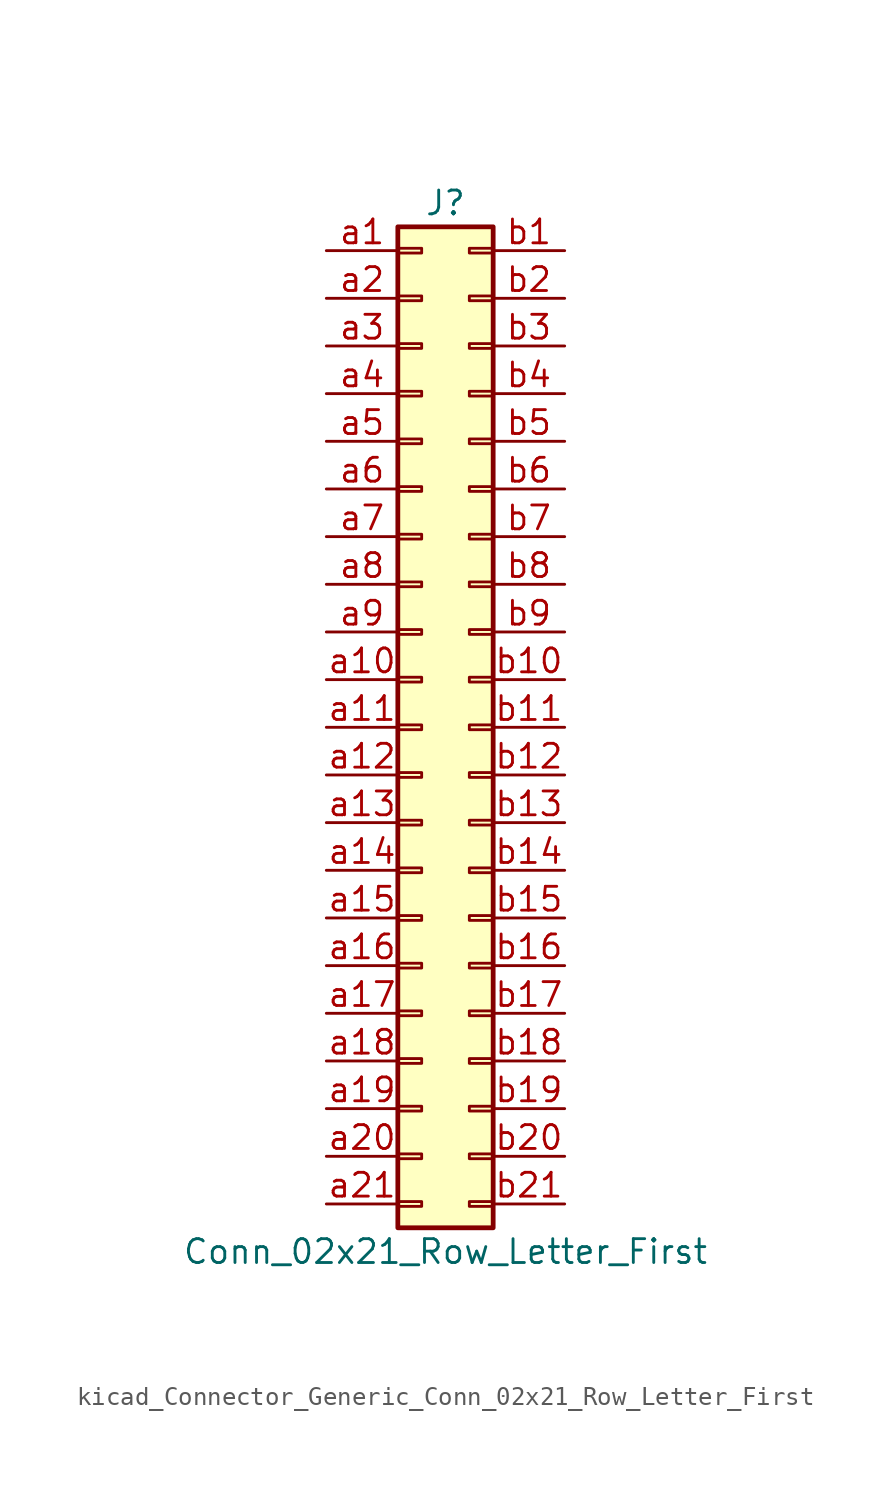
<source format=kicad_sym>
(kicad_symbol_lib
  (version 20220914)
  (generator kicad_symbol_editor)
  (symbol "kicad_Connector_Generic_Conn_02x21_Row_Letter_First"
    (pin_names
      (offset 1.016) hide)
    (property "Reference" "J"
      (at 1.27 27.94 0)
      (effects (font (size 1.27 1.27))))
    (property "Value" "Conn_02x21_Row_Letter_First"
      (at 1.27 -27.94 0)
      (effects (font (size 1.27 1.27))))
    (symbol "kicad_Connector_Generic_Conn_02x21_Row_Letter_First_1_1"
      (rectangle (start -1.27 -25.273) (end 0 -25.527) (stroke (width 0.152) (type default)) (fill (type none)))
      (rectangle (start -1.27 -22.733) (end 0 -22.987) (stroke (width 0.152) (type default)) (fill (type none)))
      (rectangle (start -1.27 -20.193) (end 0 -20.447) (stroke (width 0.152) (type default)) (fill (type none)))
      (rectangle (start -1.27 -17.653) (end 0 -17.907) (stroke (width 0.152) (type default)) (fill (type none)))
      (rectangle (start -1.27 -15.113) (end 0 -15.367) (stroke (width 0.152) (type default)) (fill (type none)))
      (rectangle (start -1.27 -12.573) (end 0 -12.827) (stroke (width 0.152) (type default)) (fill (type none)))
      (rectangle (start -1.27 -10.033) (end 0 -10.287) (stroke (width 0.152) (type default)) (fill (type none)))
      (rectangle (start -1.27 -7.493) (end 0 -7.747) (stroke (width 0.152) (type default)) (fill (type none)))
      (rectangle (start -1.27 -4.953) (end 0 -5.207) (stroke (width 0.152) (type default)) (fill (type none)))
      (rectangle (start -1.27 -2.413) (end 0 -2.667) (stroke (width 0.152) (type default)) (fill (type none)))
      (rectangle (start -1.27 0.127) (end 0 -0.127) (stroke (width 0.152) (type default)) (fill (type none)))
      (rectangle (start -1.27 2.667) (end 0 2.413) (stroke (width 0.152) (type default)) (fill (type none)))
      (rectangle (start -1.27 5.207) (end 0 4.953) (stroke (width 0.152) (type default)) (fill (type none)))
      (rectangle (start -1.27 7.747) (end 0 7.493) (stroke (width 0.152) (type default)) (fill (type none)))
      (rectangle (start -1.27 10.287) (end 0 10.033) (stroke (width 0.152) (type default)) (fill (type none)))
      (rectangle (start -1.27 12.827) (end 0 12.573) (stroke (width 0.152) (type default)) (fill (type none)))
      (rectangle (start -1.27 15.367) (end 0 15.113) (stroke (width 0.152) (type default)) (fill (type none)))
      (rectangle (start -1.27 17.907) (end 0 17.653) (stroke (width 0.152) (type default)) (fill (type none)))
      (rectangle (start -1.27 20.447) (end 0 20.193) (stroke (width 0.152) (type default)) (fill (type none)))
      (rectangle (start -1.27 22.987) (end 0 22.733) (stroke (width 0.152) (type default)) (fill (type none)))
      (rectangle (start -1.27 25.527) (end 0 25.273) (stroke (width 0.152) (type default)) (fill (type none)))
      (rectangle (start -1.27 26.67) (end 3.81 -26.67) (stroke (width 0.254) (type default)) (fill (type background)))
      (rectangle (start 3.81 -25.273) (end 2.54 -25.527) (stroke (width 0.152) (type default)) (fill (type none)))
      (rectangle (start 3.81 -22.733) (end 2.54 -22.987) (stroke (width 0.152) (type default)) (fill (type none)))
      (rectangle (start 3.81 -20.193) (end 2.54 -20.447) (stroke (width 0.152) (type default)) (fill (type none)))
      (rectangle (start 3.81 -17.653) (end 2.54 -17.907) (stroke (width 0.152) (type default)) (fill (type none)))
      (rectangle (start 3.81 -15.113) (end 2.54 -15.367) (stroke (width 0.152) (type default)) (fill (type none)))
      (rectangle (start 3.81 -12.573) (end 2.54 -12.827) (stroke (width 0.152) (type default)) (fill (type none)))
      (rectangle (start 3.81 -10.033) (end 2.54 -10.287) (stroke (width 0.152) (type default)) (fill (type none)))
      (rectangle (start 3.81 -7.493) (end 2.54 -7.747) (stroke (width 0.152) (type default)) (fill (type none)))
      (rectangle (start 3.81 -4.953) (end 2.54 -5.207) (stroke (width 0.152) (type default)) (fill (type none)))
      (rectangle (start 3.81 -2.413) (end 2.54 -2.667) (stroke (width 0.152) (type default)) (fill (type none)))
      (rectangle (start 3.81 0.127) (end 2.54 -0.127) (stroke (width 0.152) (type default)) (fill (type none)))
      (rectangle (start 3.81 2.667) (end 2.54 2.413) (stroke (width 0.152) (type default)) (fill (type none)))
      (rectangle (start 3.81 5.207) (end 2.54 4.953) (stroke (width 0.152) (type default)) (fill (type none)))
      (rectangle (start 3.81 7.747) (end 2.54 7.493) (stroke (width 0.152) (type default)) (fill (type none)))
      (rectangle (start 3.81 10.287) (end 2.54 10.033) (stroke (width 0.152) (type default)) (fill (type none)))
      (rectangle (start 3.81 12.827) (end 2.54 12.573) (stroke (width 0.152) (type default)) (fill (type none)))
      (rectangle (start 3.81 15.367) (end 2.54 15.113) (stroke (width 0.152) (type default)) (fill (type none)))
      (rectangle (start 3.81 17.907) (end 2.54 17.653) (stroke (width 0.152) (type default)) (fill (type none)))
      (rectangle (start 3.81 20.447) (end 2.54 20.193) (stroke (width 0.152) (type default)) (fill (type none)))
      (rectangle (start 3.81 22.987) (end 2.54 22.733) (stroke (width 0.152) (type default)) (fill (type none)))
      (rectangle (start 3.81 25.527) (end 2.54 25.273) (stroke (width 0.152) (type default)) (fill (type none)))
      (pin passive line (at -5.08 25.4 0) (length 3.81) (name "Pin_a1" (effects (font (size 1.27 1.27)))) (number "a1" (effects (font (size 1.27 1.27)))))
      (pin passive line (at -5.08 2.54 0) (length 3.81) (name "Pin_a10" (effects (font (size 1.27 1.27)))) (number "a10" (effects (font (size 1.27 1.27)))))
      (pin passive line (at -5.08 0 0) (length 3.81) (name "Pin_a11" (effects (font (size 1.27 1.27)))) (number "a11" (effects (font (size 1.27 1.27)))))
      (pin passive line (at -5.08 -2.54 0) (length 3.81) (name "Pin_a12" (effects (font (size 1.27 1.27)))) (number "a12" (effects (font (size 1.27 1.27)))))
      (pin passive line (at -5.08 -5.08 0) (length 3.81) (name "Pin_a13" (effects (font (size 1.27 1.27)))) (number "a13" (effects (font (size 1.27 1.27)))))
      (pin passive line (at -5.08 -7.62 0) (length 3.81) (name "Pin_a14" (effects (font (size 1.27 1.27)))) (number "a14" (effects (font (size 1.27 1.27)))))
      (pin passive line (at -5.08 -10.16 0) (length 3.81) (name "Pin_a15" (effects (font (size 1.27 1.27)))) (number "a15" (effects (font (size 1.27 1.27)))))
      (pin passive line (at -5.08 -12.7 0) (length 3.81) (name "Pin_a16" (effects (font (size 1.27 1.27)))) (number "a16" (effects (font (size 1.27 1.27)))))
      (pin passive line (at -5.08 -15.24 0) (length 3.81) (name "Pin_a17" (effects (font (size 1.27 1.27)))) (number "a17" (effects (font (size 1.27 1.27)))))
      (pin passive line (at -5.08 -17.78 0) (length 3.81) (name "Pin_a18" (effects (font (size 1.27 1.27)))) (number "a18" (effects (font (size 1.27 1.27)))))
      (pin passive line (at -5.08 -20.32 0) (length 3.81) (name "Pin_a19" (effects (font (size 1.27 1.27)))) (number "a19" (effects (font (size 1.27 1.27)))))
      (pin passive line (at -5.08 22.86 0) (length 3.81) (name "Pin_a2" (effects (font (size 1.27 1.27)))) (number "a2" (effects (font (size 1.27 1.27)))))
      (pin passive line (at -5.08 -22.86 0) (length 3.81) (name "Pin_a20" (effects (font (size 1.27 1.27)))) (number "a20" (effects (font (size 1.27 1.27)))))
      (pin passive line (at -5.08 -25.4 0) (length 3.81) (name "Pin_a21" (effects (font (size 1.27 1.27)))) (number "a21" (effects (font (size 1.27 1.27)))))
      (pin passive line (at -5.08 20.32 0) (length 3.81) (name "Pin_a3" (effects (font (size 1.27 1.27)))) (number "a3" (effects (font (size 1.27 1.27)))))
      (pin passive line (at -5.08 17.78 0) (length 3.81) (name "Pin_a4" (effects (font (size 1.27 1.27)))) (number "a4" (effects (font (size 1.27 1.27)))))
      (pin passive line (at -5.08 15.24 0) (length 3.81) (name "Pin_a5" (effects (font (size 1.27 1.27)))) (number "a5" (effects (font (size 1.27 1.27)))))
      (pin passive line (at -5.08 12.7 0) (length 3.81) (name "Pin_a6" (effects (font (size 1.27 1.27)))) (number "a6" (effects (font (size 1.27 1.27)))))
      (pin passive line (at -5.08 10.16 0) (length 3.81) (name "Pin_a7" (effects (font (size 1.27 1.27)))) (number "a7" (effects (font (size 1.27 1.27)))))
      (pin passive line (at -5.08 7.62 0) (length 3.81) (name "Pin_a8" (effects (font (size 1.27 1.27)))) (number "a8" (effects (font (size 1.27 1.27)))))
      (pin passive line (at -5.08 5.08 0) (length 3.81) (name "Pin_a9" (effects (font (size 1.27 1.27)))) (number "a9" (effects (font (size 1.27 1.27)))))
      (pin passive line (at 7.62 25.4 180) (length 3.81) (name "Pin_b1" (effects (font (size 1.27 1.27)))) (number "b1" (effects (font (size 1.27 1.27)))))
      (pin passive line (at 7.62 2.54 180) (length 3.81) (name "Pin_b10" (effects (font (size 1.27 1.27)))) (number "b10" (effects (font (size 1.27 1.27)))))
      (pin passive line (at 7.62 0 180) (length 3.81) (name "Pin_b11" (effects (font (size 1.27 1.27)))) (number "b11" (effects (font (size 1.27 1.27)))))
      (pin passive line (at 7.62 -2.54 180) (length 3.81) (name "Pin_b12" (effects (font (size 1.27 1.27)))) (number "b12" (effects (font (size 1.27 1.27)))))
      (pin passive line (at 7.62 -5.08 180) (length 3.81) (name "Pin_b13" (effects (font (size 1.27 1.27)))) (number "b13" (effects (font (size 1.27 1.27)))))
      (pin passive line (at 7.62 -7.62 180) (length 3.81) (name "Pin_b14" (effects (font (size 1.27 1.27)))) (number "b14" (effects (font (size 1.27 1.27)))))
      (pin passive line (at 7.62 -10.16 180) (length 3.81) (name "Pin_b15" (effects (font (size 1.27 1.27)))) (number "b15" (effects (font (size 1.27 1.27)))))
      (pin passive line (at 7.62 -12.7 180) (length 3.81) (name "Pin_b16" (effects (font (size 1.27 1.27)))) (number "b16" (effects (font (size 1.27 1.27)))))
      (pin passive line (at 7.62 -15.24 180) (length 3.81) (name "Pin_b17" (effects (font (size 1.27 1.27)))) (number "b17" (effects (font (size 1.27 1.27)))))
      (pin passive line (at 7.62 -17.78 180) (length 3.81) (name "Pin_b18" (effects (font (size 1.27 1.27)))) (number "b18" (effects (font (size 1.27 1.27)))))
      (pin passive line (at 7.62 -20.32 180) (length 3.81) (name "Pin_b19" (effects (font (size 1.27 1.27)))) (number "b19" (effects (font (size 1.27 1.27)))))
      (pin passive line (at 7.62 22.86 180) (length 3.81) (name "Pin_b2" (effects (font (size 1.27 1.27)))) (number "b2" (effects (font (size 1.27 1.27)))))
      (pin passive line (at 7.62 -22.86 180) (length 3.81) (name "Pin_b20" (effects (font (size 1.27 1.27)))) (number "b20" (effects (font (size 1.27 1.27)))))
      (pin passive line (at 7.62 -25.4 180) (length 3.81) (name "Pin_b21" (effects (font (size 1.27 1.27)))) (number "b21" (effects (font (size 1.27 1.27)))))
      (pin passive line (at 7.62 20.32 180) (length 3.81) (name "Pin_b3" (effects (font (size 1.27 1.27)))) (number "b3" (effects (font (size 1.27 1.27)))))
      (pin passive line (at 7.62 17.78 180) (length 3.81) (name "Pin_b4" (effects (font (size 1.27 1.27)))) (number "b4" (effects (font (size 1.27 1.27)))))
      (pin passive line (at 7.62 15.24 180) (length 3.81) (name "Pin_b5" (effects (font (size 1.27 1.27)))) (number "b5" (effects (font (size 1.27 1.27)))))
      (pin passive line (at 7.62 12.7 180) (length 3.81) (name "Pin_b6" (effects (font (size 1.27 1.27)))) (number "b6" (effects (font (size 1.27 1.27)))))
      (pin passive line (at 7.62 10.16 180) (length 3.81) (name "Pin_b7" (effects (font (size 1.27 1.27)))) (number "b7" (effects (font (size 1.27 1.27)))))
      (pin passive line (at 7.62 7.62 180) (length 3.81) (name "Pin_b8" (effects (font (size 1.27 1.27)))) (number "b8" (effects (font (size 1.27 1.27)))))
      (pin passive line (at 7.62 5.08 180) (length 3.81) (name "Pin_b9" (effects (font (size 1.27 1.27)))) (number "b9" (effects (font (size 1.27 1.27))))))))
</source>
